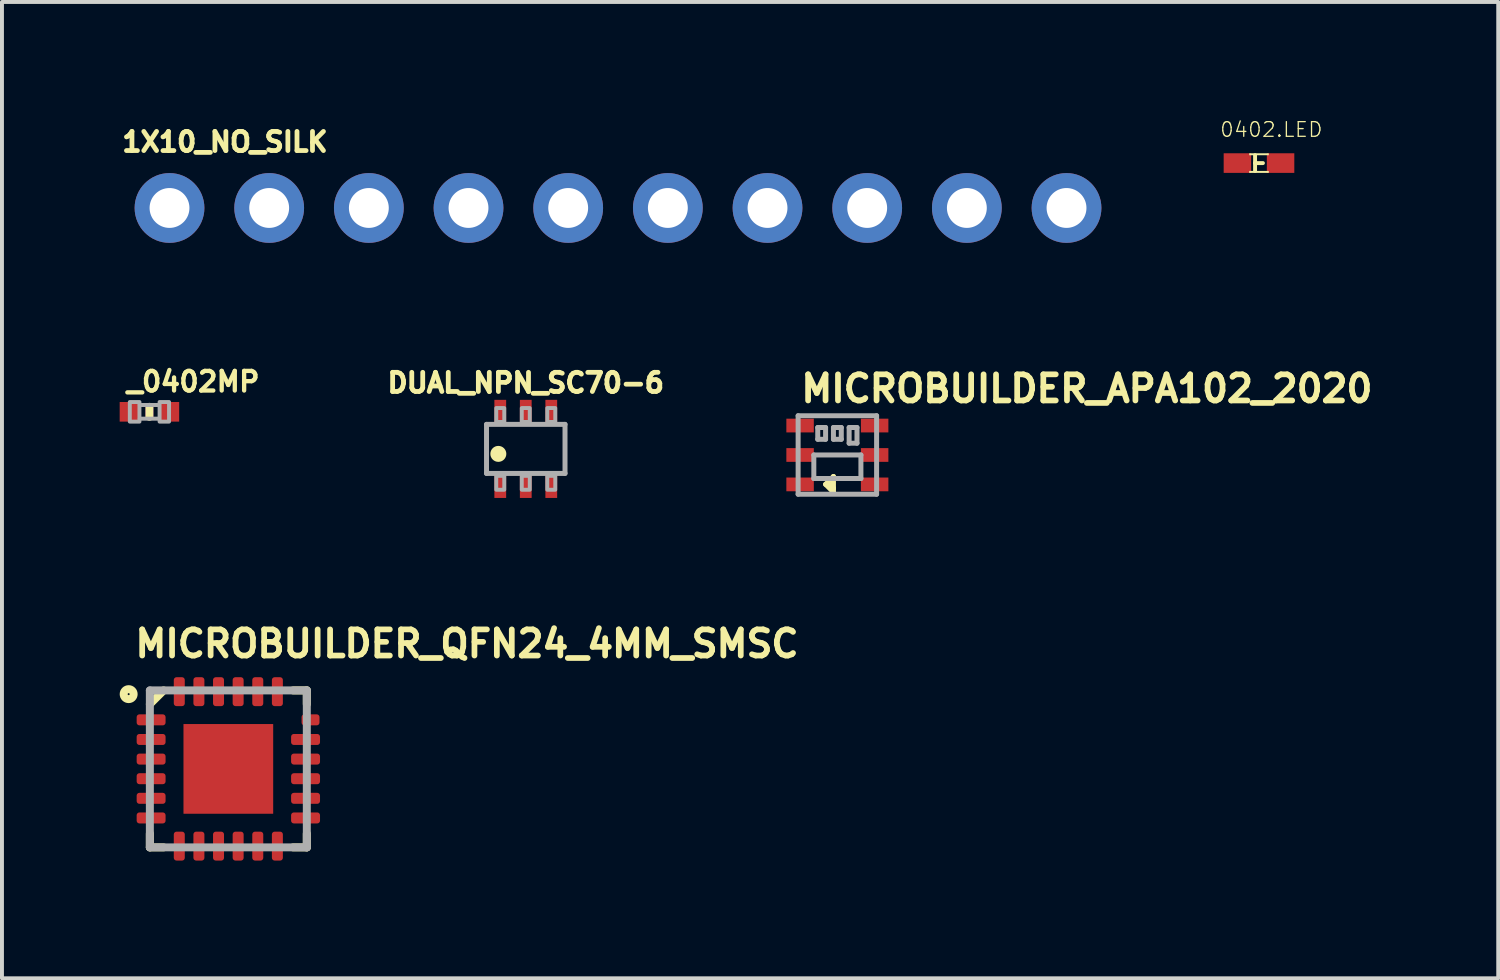
<source format=kicad_pcb>
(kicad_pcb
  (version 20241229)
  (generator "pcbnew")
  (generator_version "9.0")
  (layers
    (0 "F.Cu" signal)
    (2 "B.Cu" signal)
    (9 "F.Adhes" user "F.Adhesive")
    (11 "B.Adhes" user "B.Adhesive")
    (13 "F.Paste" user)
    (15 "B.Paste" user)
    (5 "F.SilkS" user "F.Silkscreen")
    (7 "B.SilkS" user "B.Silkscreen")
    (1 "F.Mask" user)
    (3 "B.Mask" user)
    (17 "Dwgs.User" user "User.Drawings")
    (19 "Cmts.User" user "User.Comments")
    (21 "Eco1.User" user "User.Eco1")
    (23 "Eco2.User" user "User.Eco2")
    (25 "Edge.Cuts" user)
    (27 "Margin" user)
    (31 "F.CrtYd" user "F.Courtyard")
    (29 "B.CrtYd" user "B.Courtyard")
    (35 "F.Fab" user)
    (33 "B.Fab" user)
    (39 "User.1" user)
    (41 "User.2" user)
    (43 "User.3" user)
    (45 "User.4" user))
  (footprint "DUAL_NPN_SC70-6"
    (layer "F.Cu")
    (at 10.349 8.39)
    (property "Reference" "DUAL_NPN_SC70-6" (at 0 -1.397 0) (layer "F.SilkS") (effects (font (size 0.488 0.488) (thickness 0.122)) (justify bottom)))
    (fp_circle (center -0.699 0.127) (end -0.597 0.127) (stroke (width 0.203) (type solid)) (fill yes) (layer "F.SilkS"))
    (fp_line (start -1 -0.625) (end -1 0.625) (stroke (width 0.127) (type solid)) (layer "F.Fab"))
    (fp_line (start -1 0.625) (end 1 0.625) (stroke (width 0.127) (type solid)) (layer "F.Fab"))
    (fp_line (start 1 -0.625) (end -1 -0.625) (stroke (width 0.127) (type solid)) (layer "F.Fab"))
    (fp_line (start 1 0.625) (end 1 -0.625) (stroke (width 0.127) (type solid)) (layer "F.Fab"))
    (fp_poly (pts (xy -0.752 -0.686) (xy -0.548 -0.686) (xy -0.548 -1.041) (xy -0.752 -1.041)) (stroke (width 0.1) (type default)) (fill no) (layer "F.Fab"))
    (fp_poly (pts (xy -0.752 1.041) (xy -0.548 1.041) (xy -0.548 0.686) (xy -0.752 0.686)) (stroke (width 0.1) (type default)) (fill no) (layer "F.Fab"))
    (fp_poly (pts (xy -0.102 -0.686) (xy 0.102 -0.686) (xy 0.102 -1.041) (xy -0.102 -1.041)) (stroke (width 0.1) (type default)) (fill no) (layer "F.Fab"))
    (fp_poly (pts (xy -0.102 1.041) (xy 0.102 1.041) (xy 0.102 0.686) (xy -0.102 0.686)) (stroke (width 0.1) (type default)) (fill no) (layer "F.Fab"))
    (fp_poly (pts (xy 0.548 -0.686) (xy 0.752 -0.686) (xy 0.752 -1.041) (xy 0.548 -1.041)) (stroke (width 0.1) (type default)) (fill no) (layer "F.Fab"))
    (fp_poly (pts (xy 0.548 1.041) (xy 0.752 1.041) (xy 0.752 0.686) (xy 0.548 0.686)) (stroke (width 0.1) (type default)) (fill no) (layer "F.Fab"))
    (pad "1" smd rect (at -0.65 0.92 180) (size 0.3 0.66) (layers "F.Cu" "F.Mask" "F.Paste"))
    (pad "2" smd rect (at 0 0.92 180) (size 0.3 0.66) (layers "F.Cu" "F.Mask" "F.Paste"))
    (pad "3" smd rect (at 0.65 0.92 180) (size 0.3 0.66) (layers "F.Cu" "F.Mask" "F.Paste"))
    (pad "4" smd rect (at 0.65 -0.92) (size 0.3 0.66) (layers "F.Cu" "F.Mask" "F.Paste"))
    (pad "5" smd rect (at 0 -0.92) (size 0.3 0.66) (layers "F.Cu" "F.Mask" "F.Paste"))
    (pad "6" smd rect (at -0.65 -0.92) (size 0.3 0.66) (layers "F.Cu" "F.Mask" "F.Paste")))
  (footprint "1X10_NO_SILK"
    (layer "F.Cu")
    (at 1.27 2.25)
    (property "Reference" "1X10_NO_SILK" (at -1.27 -1.397 0) (layer "F.SilkS") (effects (font (size 0.488 0.488) (thickness 0.122)) (justify left bottom)))
    (fp_poly (pts (xy -0.254 0.254) (xy 0.254 0.254) (xy 0.254 -0.254) (xy -0.254 -0.254)) (stroke (width 0.1) (type default)) (fill no) (layer "F.Fab"))
    (fp_poly (pts (xy 2.286 0.254) (xy 2.794 0.254) (xy 2.794 -0.254) (xy 2.286 -0.254)) (stroke (width 0.1) (type default)) (fill no) (layer "F.Fab"))
    (fp_poly (pts (xy 4.826 0.254) (xy 5.334 0.254) (xy 5.334 -0.254) (xy 4.826 -0.254)) (stroke (width 0.1) (type default)) (fill no) (layer "F.Fab"))
    (fp_poly (pts (xy 7.366 0.254) (xy 7.874 0.254) (xy 7.874 -0.254) (xy 7.366 -0.254)) (stroke (width 0.1) (type default)) (fill no) (layer "F.Fab"))
    (fp_poly (pts (xy 9.906 0.254) (xy 10.414 0.254) (xy 10.414 -0.254) (xy 9.906 -0.254)) (stroke (width 0.1) (type default)) (fill no) (layer "F.Fab"))
    (fp_poly (pts (xy 12.446 0.254) (xy 12.954 0.254) (xy 12.954 -0.254) (xy 12.446 -0.254)) (stroke (width 0.1) (type default)) (fill no) (layer "F.Fab"))
    (fp_poly (pts (xy 14.986 0.254) (xy 15.494 0.254) (xy 15.494 -0.254) (xy 14.986 -0.254)) (stroke (width 0.1) (type default)) (fill no) (layer "F.Fab"))
    (fp_poly (pts (xy 17.526 0.254) (xy 18.034 0.254) (xy 18.034 -0.254) (xy 17.526 -0.254)) (stroke (width 0.1) (type default)) (fill no) (layer "F.Fab"))
    (fp_poly (pts (xy 20.066 0.254) (xy 20.574 0.254) (xy 20.574 -0.254) (xy 20.066 -0.254)) (stroke (width 0.1) (type default)) (fill no) (layer "F.Fab"))
    (fp_poly (pts (xy 22.606 0.254) (xy 23.114 0.254) (xy 23.114 -0.254) (xy 22.606 -0.254)) (stroke (width 0.1) (type default)) (fill no) (layer "F.Fab"))
    (pad "1" thru_hole circle (at 0 0 90) (size 1.778 1.778) (drill 1.016) (layers "*.Cu" "*.Mask"))
    (pad "2" thru_hole circle (at 2.54 0 90) (size 1.778 1.778) (drill 1.016) (layers "*.Cu" "*.Mask"))
    (pad "3" thru_hole circle (at 5.08 0 90) (size 1.778 1.778) (drill 1.016) (layers "*.Cu" "*.Mask"))
    (pad "4" thru_hole circle (at 7.62 0 90) (size 1.778 1.778) (drill 1.016) (layers "*.Cu" "*.Mask"))
    (pad "5" thru_hole circle (at 10.16 0 90) (size 1.778 1.778) (drill 1.016) (layers "*.Cu" "*.Mask"))
    (pad "6" thru_hole circle (at 12.7 0 90) (size 1.778 1.778) (drill 1.016) (layers "*.Cu" "*.Mask"))
    (pad "7" thru_hole circle (at 15.24 0 90) (size 1.778 1.778) (drill 1.016) (layers "*.Cu" "*.Mask"))
    (pad "8" thru_hole circle (at 17.78 0 90) (size 1.778 1.778) (drill 1.016) (layers "*.Cu" "*.Mask"))
    (pad "9" thru_hole circle (at 20.32 0 90) (size 1.778 1.778) (drill 1.016) (layers "*.Cu" "*.Mask"))
    (pad "10" thru_hole circle (at 22.86 0 90) (size 1.778 1.778) (drill 1.016) (layers "*.Cu" "*.Mask")))
  (footprint "0402.LED"
    (layer "F.Cu")
    (at 29.035 1.106)
    (property "Reference" "0402.LED" (at -1.016 -0.635 0) (layer "F.SilkS") (effects (font (size 0.374 0.374) (thickness 0.033)) (justify left bottom)))
    (fp_poly (pts (xy -0.95 0.3) (xy -0.15 0.3) (xy -0.15 -0.3) (xy -0.95 -0.3)) (stroke (width 0) (type default)) (fill yes) (layer "F.Mask"))
    (fp_poly (pts (xy 0.15 0.3) (xy 0.95 0.3) (xy 0.95 -0.3) (xy 0.15 -0.3)) (stroke (width 0) (type default)) (fill yes) (layer "F.Mask"))
    (fp_line (start -0.1 -0.2) (end -0.1 0) (stroke (width 0.1) (type solid)) (layer "F.SilkS"))
    (fp_line (start -0.1 0) (end -0.1 0.2) (stroke (width 0.1) (type solid)) (layer "F.SilkS"))
    (fp_line (start -0.1 0) (end 0.1 0) (stroke (width 0.1) (type solid)) (layer "F.SilkS"))
    (fp_poly (pts (xy -0.25 -0.2) (xy 0.25 -0.2) (xy 0.25 -0.25) (xy -0.25 -0.25)) (stroke (width 0) (type default)) (fill yes) (layer "F.SilkS"))
    (fp_poly (pts (xy -0.25 0.25) (xy 0.25 0.25) (xy 0.25 0.2) (xy -0.25 0.2)) (stroke (width 0) (type default)) (fill yes) (layer "F.SilkS"))
    (fp_poly (pts (xy -0.864 0.254) (xy -0.254 0.254) (xy -0.254 -0.254) (xy -0.864 -0.254)) (stroke (width 0) (type default)) (fill yes) (layer "F.Paste"))
    (fp_poly (pts (xy 0.254 0.254) (xy 0.864 0.254) (xy 0.864 -0.254) (xy 0.254 -0.254)) (stroke (width 0) (type default)) (fill yes) (layer "F.Paste"))
    (pad "P$1" smd rect (at -0.55 0) (size 0.7 0.5) (layers "F.Cu"))
    (pad "P$2" smd rect (at 0.55 0) (size 0.7 0.5) (layers "F.Cu")))
  (footprint "MICROBUILDER_QFN24_4MM_SMSC"
    (layer "F.Cu")
    (at 2.769 16.545)
    (property "Reference" "MICROBUILDER_QFN24_4MM_SMSC" (at -2.45 -2.8 0) (layer "F.SilkS") (effects (font (size 0.666 0.666) (thickness 0.146)) (justify left bottom)))
    (fp_line (start -2 2) (end -2 1.65) (stroke (width 0.203) (type solid)) (layer "F.SilkS"))
    (fp_line (start -1.65 -2) (end -2 -1.65) (stroke (width 0.203) (type solid)) (layer "F.SilkS"))
    (fp_line (start -1.65 2) (end -2 2) (stroke (width 0.203) (type solid)) (layer "F.SilkS"))
    (fp_line (start 1.65 2) (end 2 2) (stroke (width 0.203) (type solid)) (layer "F.SilkS"))
    (fp_line (start 2 -2) (end 1.65 -2) (stroke (width 0.203) (type solid)) (layer "F.SilkS"))
    (fp_line (start 2 -1.65) (end 2 -2) (stroke (width 0.203) (type solid)) (layer "F.SilkS"))
    (fp_line (start 2 1.65) (end 2 2) (stroke (width 0.203) (type solid)) (layer "F.SilkS"))
    (fp_circle (center -2.54 -1.905) (end -2.413 -1.905) (stroke (width 0.203) (type solid)) (fill no) (layer "F.SilkS"))
    (fp_poly (pts (xy -1.073 -0.473) (xy -0.473 -0.473) (xy -0.473 -1.073) (xy -1.073 -1.073)) (stroke (width 0) (type default)) (fill yes) (layer "F.Paste"))
    (fp_poly (pts (xy -1.073 0.3) (xy -0.473 0.3) (xy -0.473 -0.3) (xy -1.073 -0.3)) (stroke (width 0) (type default)) (fill yes) (layer "F.Paste"))
    (fp_poly (pts (xy -1.073 1.073) (xy -0.473 1.073) (xy -0.473 0.473) (xy -1.073 0.473)) (stroke (width 0) (type default)) (fill yes) (layer "F.Paste"))
    (fp_poly (pts (xy -0.3 -0.473) (xy 0.3 -0.473) (xy 0.3 -1.073) (xy -0.3 -1.073)) (stroke (width 0) (type default)) (fill yes) (layer "F.Paste"))
    (fp_poly (pts (xy -0.3 0.3) (xy 0.3 0.3) (xy 0.3 -0.3) (xy -0.3 -0.3)) (stroke (width 0) (type default)) (fill yes) (layer "F.Paste"))
    (fp_poly (pts (xy -0.3 1.073) (xy 0.3 1.073) (xy 0.3 0.473) (xy -0.3 0.473)) (stroke (width 0) (type default)) (fill yes) (layer "F.Paste"))
    (fp_poly (pts (xy 0.473 -0.473) (xy 1.073 -0.473) (xy 1.073 -1.073) (xy 0.473 -1.073)) (stroke (width 0) (type default)) (fill yes) (layer "F.Paste"))
    (fp_poly (pts (xy 0.473 0.3) (xy 1.073 0.3) (xy 1.073 -0.3) (xy 0.473 -0.3)) (stroke (width 0) (type default)) (fill yes) (layer "F.Paste"))
    (fp_poly (pts (xy 0.473 1.073) (xy 1.073 1.073) (xy 1.073 0.473) (xy 0.473 0.473)) (stroke (width 0) (type default)) (fill yes) (layer "F.Paste"))
    (fp_line (start -2 -2) (end -2 2) (stroke (width 0.203) (type solid)) (layer "F.Fab"))
    (fp_line (start -2 2) (end 2 2) (stroke (width 0.203) (type solid)) (layer "F.Fab"))
    (fp_line (start 2 -2) (end -2 -2) (stroke (width 0.203) (type solid)) (layer "F.Fab"))
    (fp_line (start 2 2) (end 2 -2) (stroke (width 0.203) (type solid)) (layer "F.Fab"))
    (pad "1" smd roundrect (at -1.968 -1.25 180) (size 0.737 0.28) (layers "F.Cu" "F.Mask" "F.Paste") (roundrect_rratio 0.25))
    (pad "2" smd roundrect (at -1.968 -0.75 180) (size 0.737 0.28) (layers "F.Cu" "F.Mask" "F.Paste") (roundrect_rratio 0.25))
    (pad "3" smd roundrect (at -1.968 -0.25 180) (size 0.737 0.28) (layers "F.Cu" "F.Mask" "F.Paste") (roundrect_rratio 0.25))
    (pad "4" smd roundrect (at -1.968 0.25 180) (size 0.737 0.28) (layers "F.Cu" "F.Mask" "F.Paste") (roundrect_rratio 0.25))
    (pad "5" smd roundrect (at -1.968 0.75 180) (size 0.737 0.28) (layers "F.Cu" "F.Mask" "F.Paste") (roundrect_rratio 0.25))
    (pad "6" smd roundrect (at -1.968 1.25 180) (size 0.737 0.28) (layers "F.Cu" "F.Mask" "F.Paste") (roundrect_rratio 0.25))
    (pad "7" smd roundrect (at -1.25 1.968 90) (size 0.737 0.28) (layers "F.Cu" "F.Mask" "F.Paste") (roundrect_rratio 0.25))
    (pad "8" smd roundrect (at -0.75 1.968 90) (size 0.737 0.28) (layers "F.Cu" "F.Mask" "F.Paste") (roundrect_rratio 0.25))
    (pad "9" smd roundrect (at -0.25 1.968 90) (size 0.737 0.28) (layers "F.Cu" "F.Mask" "F.Paste") (roundrect_rratio 0.25))
    (pad "10" smd roundrect (at 0.25 1.968 90) (size 0.737 0.28) (layers "F.Cu" "F.Mask" "F.Paste") (roundrect_rratio 0.25))
    (pad "11" smd roundrect (at 0.75 1.968 90) (size 0.737 0.28) (layers "F.Cu" "F.Mask" "F.Paste") (roundrect_rratio 0.25))
    (pad "12" smd roundrect (at 1.25 1.968 90) (size 0.737 0.28) (layers "F.Cu" "F.Mask" "F.Paste") (roundrect_rratio 0.25))
    (pad "13" smd roundrect (at 1.968 1.25) (size 0.737 0.28) (layers "F.Cu" "F.Mask" "F.Paste") (roundrect_rratio 0.25))
    (pad "14" smd roundrect (at 1.968 0.75) (size 0.737 0.28) (layers "F.Cu" "F.Mask" "F.Paste") (roundrect_rratio 0.25))
    (pad "15" smd roundrect (at 1.968 0.25) (size 0.737 0.28) (layers "F.Cu" "F.Mask" "F.Paste") (roundrect_rratio 0.25))
    (pad "16" smd roundrect (at 1.968 -0.25) (size 0.737 0.28) (layers "F.Cu" "F.Mask" "F.Paste") (roundrect_rratio 0.25))
    (pad "17" smd roundrect (at 1.968 -0.75) (size 0.737 0.28) (layers "F.Cu" "F.Mask" "F.Paste") (roundrect_rratio 0.25))
    (pad "18" smd roundrect (at 2.095 -1.25) (size 0.457 0.28) (layers "F.Cu" "F.Mask" "F.Paste") (roundrect_rratio 0.25))
    (pad "19" smd roundrect (at 1.25 -1.968 270) (size 0.737 0.28) (layers "F.Cu" "F.Mask" "F.Paste") (roundrect_rratio 0.25))
    (pad "20" smd roundrect (at 0.75 -1.968 270) (size 0.737 0.28) (layers "F.Cu" "F.Mask" "F.Paste") (roundrect_rratio 0.25))
    (pad "21" smd roundrect (at 0.25 -1.968 270) (size 0.737 0.28) (layers "F.Cu" "F.Mask" "F.Paste") (roundrect_rratio 0.25))
    (pad "22" smd roundrect (at -0.25 -1.968 270) (size 0.737 0.28) (layers "F.Cu" "F.Mask" "F.Paste") (roundrect_rratio 0.25))
    (pad "23" smd roundrect (at -0.75 -1.968 270) (size 0.737 0.28) (layers "F.Cu" "F.Mask" "F.Paste") (roundrect_rratio 0.25))
    (pad "24" smd roundrect (at -1.25 -1.968 270) (size 0.737 0.28) (layers "F.Cu" "F.Mask" "F.Paste") (roundrect_rratio 0.25))
    (pad "THERM" smd rect (at 0 0) (size 2.286 2.286) (layers "F.Cu" "F.Mask")))
  (footprint "_0402MP"
    (layer "F.Cu")
    (at 0.758 7.445)
    (property "Reference" "_0402MP" (at -0.635 -0.476 0) (layer "F.SilkS") (effects (font (size 0.5 0.5) (thickness 0.11)) (justify left bottom)))
    (fp_line (start 0 -0.127) (end 0 0.127) (stroke (width 0.203) (type solid)) (layer "F.SilkS"))
    (fp_poly (pts (xy -0.1 0.2) (xy 0.1 0.2) (xy 0.1 -0.2) (xy -0.1 -0.2)) (stroke (width 0) (type default)) (fill yes) (layer "F.Adhes"))
    (fp_line (start -0.245 -0.174) (end 0.245 -0.174) (stroke (width 0.102) (type solid)) (layer "F.Fab"))
    (fp_line (start 0.245 0.174) (end -0.245 0.174) (stroke (width 0.102) (type solid)) (layer "F.Fab"))
    (fp_poly (pts (xy -0.5 0.25) (xy -0.254 0.25) (xy -0.254 -0.25) (xy -0.5 -0.25)) (stroke (width 0.1) (type default)) (fill no) (layer "F.Fab"))
    (fp_poly (pts (xy 0.259 0.25) (xy 0.5 0.25) (xy 0.5 -0.25) (xy 0.259 -0.25)) (stroke (width 0.1) (type default)) (fill no) (layer "F.Fab"))
    (pad "1" smd rect (at -0.508 0) (size 0.5 0.5) (layers "F.Cu" "F.Mask" "F.Paste"))
    (pad "2" smd rect (at 0.508 0) (size 0.5 0.5) (layers "F.Cu" "F.Mask" "F.Paste")))
  (footprint "MICROBUILDER_APA102_2020"
    (layer "F.Cu")
    (at 18.29 8.545)
    (property "Reference" "MICROBUILDER_APA102_2020" (at -1 -1.3 0) (layer "F.SilkS") (effects (font (size 0.666 0.666) (thickness 0.146)) (justify left bottom)))
    (fp_line (start -0.3 0.748) (end -0.1 0.948) (stroke (width 0.127) (type solid)) (layer "F.SilkS"))
    (fp_line (start -0.1 0.548) (end -0.3 0.748) (stroke (width 0.127) (type solid)) (layer "F.SilkS"))
    (fp_line (start -0.1 0.848) (end -0.2 0.748) (stroke (width 0.127) (type solid)) (layer "F.SilkS"))
    (fp_line (start -0.1 0.848) (end -0.1 0.548) (stroke (width 0.127) (type solid)) (layer "F.SilkS"))
    (fp_line (start -0.1 0.948) (end -0.1 0.848) (stroke (width 0.127) (type solid)) (layer "F.SilkS"))
    (fp_line (start -1 -1) (end 1 -1) (stroke (width 0.127) (type solid)) (layer "F.Fab"))
    (fp_line (start -1 1) (end -1 -1) (stroke (width 0.127) (type solid)) (layer "F.Fab"))
    (fp_line (start -0.6 0) (end 0.6 0) (stroke (width 0.127) (type solid)) (layer "F.Fab"))
    (fp_line (start -0.6 0.6) (end -0.6 0) (stroke (width 0.127) (type solid)) (layer "F.Fab"))
    (fp_line (start -0.5 -0.7) (end -0.3 -0.7) (stroke (width 0.127) (type solid)) (layer "F.Fab"))
    (fp_line (start -0.5 -0.4) (end -0.5 -0.7) (stroke (width 0.127) (type solid)) (layer "F.Fab"))
    (fp_line (start -0.3 -0.7) (end -0.3 -0.4) (stroke (width 0.127) (type solid)) (layer "F.Fab"))
    (fp_line (start -0.3 -0.4) (end -0.5 -0.4) (stroke (width 0.127) (type solid)) (layer "F.Fab"))
    (fp_line (start -0.1 -0.7) (end 0.1 -0.7) (stroke (width 0.127) (type solid)) (layer "F.Fab"))
    (fp_line (start -0.1 -0.4) (end -0.1 -0.7) (stroke (width 0.127) (type solid)) (layer "F.Fab"))
    (fp_line (start 0.1 -0.7) (end 0.1 -0.4) (stroke (width 0.127) (type solid)) (layer "F.Fab"))
    (fp_line (start 0.1 -0.4) (end -0.1 -0.4) (stroke (width 0.127) (type solid)) (layer "F.Fab"))
    (fp_line (start 0.3 -0.7) (end 0.5 -0.7) (stroke (width 0.127) (type solid)) (layer "F.Fab"))
    (fp_line (start 0.3 -0.3) (end 0.3 -0.7) (stroke (width 0.127) (type solid)) (layer "F.Fab"))
    (fp_line (start 0.5 -0.7) (end 0.5 -0.3) (stroke (width 0.127) (type solid)) (layer "F.Fab"))
    (fp_line (start 0.5 -0.3) (end 0.3 -0.3) (stroke (width 0.127) (type solid)) (layer "F.Fab"))
    (fp_line (start 0.6 0) (end 0.6 0.6) (stroke (width 0.127) (type solid)) (layer "F.Fab"))
    (fp_line (start 0.6 0.6) (end -0.6 0.6) (stroke (width 0.127) (type solid)) (layer "F.Fab"))
    (fp_line (start 1 -1) (end 1 1) (stroke (width 0.127) (type solid)) (layer "F.Fab"))
    (fp_line (start 1 1) (end -1 1) (stroke (width 0.127) (type solid)) (layer "F.Fab"))
    (pad "1" smd rect (at -0.95 0.75 180) (size 0.7 0.35) (layers "F.Cu" "F.Mask" "F.Paste"))
    (pad "2" smd rect (at -0.95 0 180) (size 0.7 0.35) (layers "F.Cu" "F.Mask" "F.Paste"))
    (pad "3" smd rect (at -0.95 -0.75 180) (size 0.7 0.35) (layers "F.Cu" "F.Mask" "F.Paste"))
    (pad "4" smd rect (at 0.95 -0.75 180) (size 0.7 0.35) (layers "F.Cu" "F.Mask" "F.Paste"))
    (pad "5" smd rect (at 0.95 0 180) (size 0.7 0.35) (layers "F.Cu" "F.Mask" "F.Paste"))
    (pad "6" smd rect (at 0.95 0.75 180) (size 0.7 0.35) (layers "F.Cu" "F.Mask" "F.Paste")))
  (gr_rect
    (start -3 -3)
    (end 35.132 21.882)
    (stroke (width 0.1) (type default))
    (fill no)
    (layer "Edge.Cuts")))
</source>
